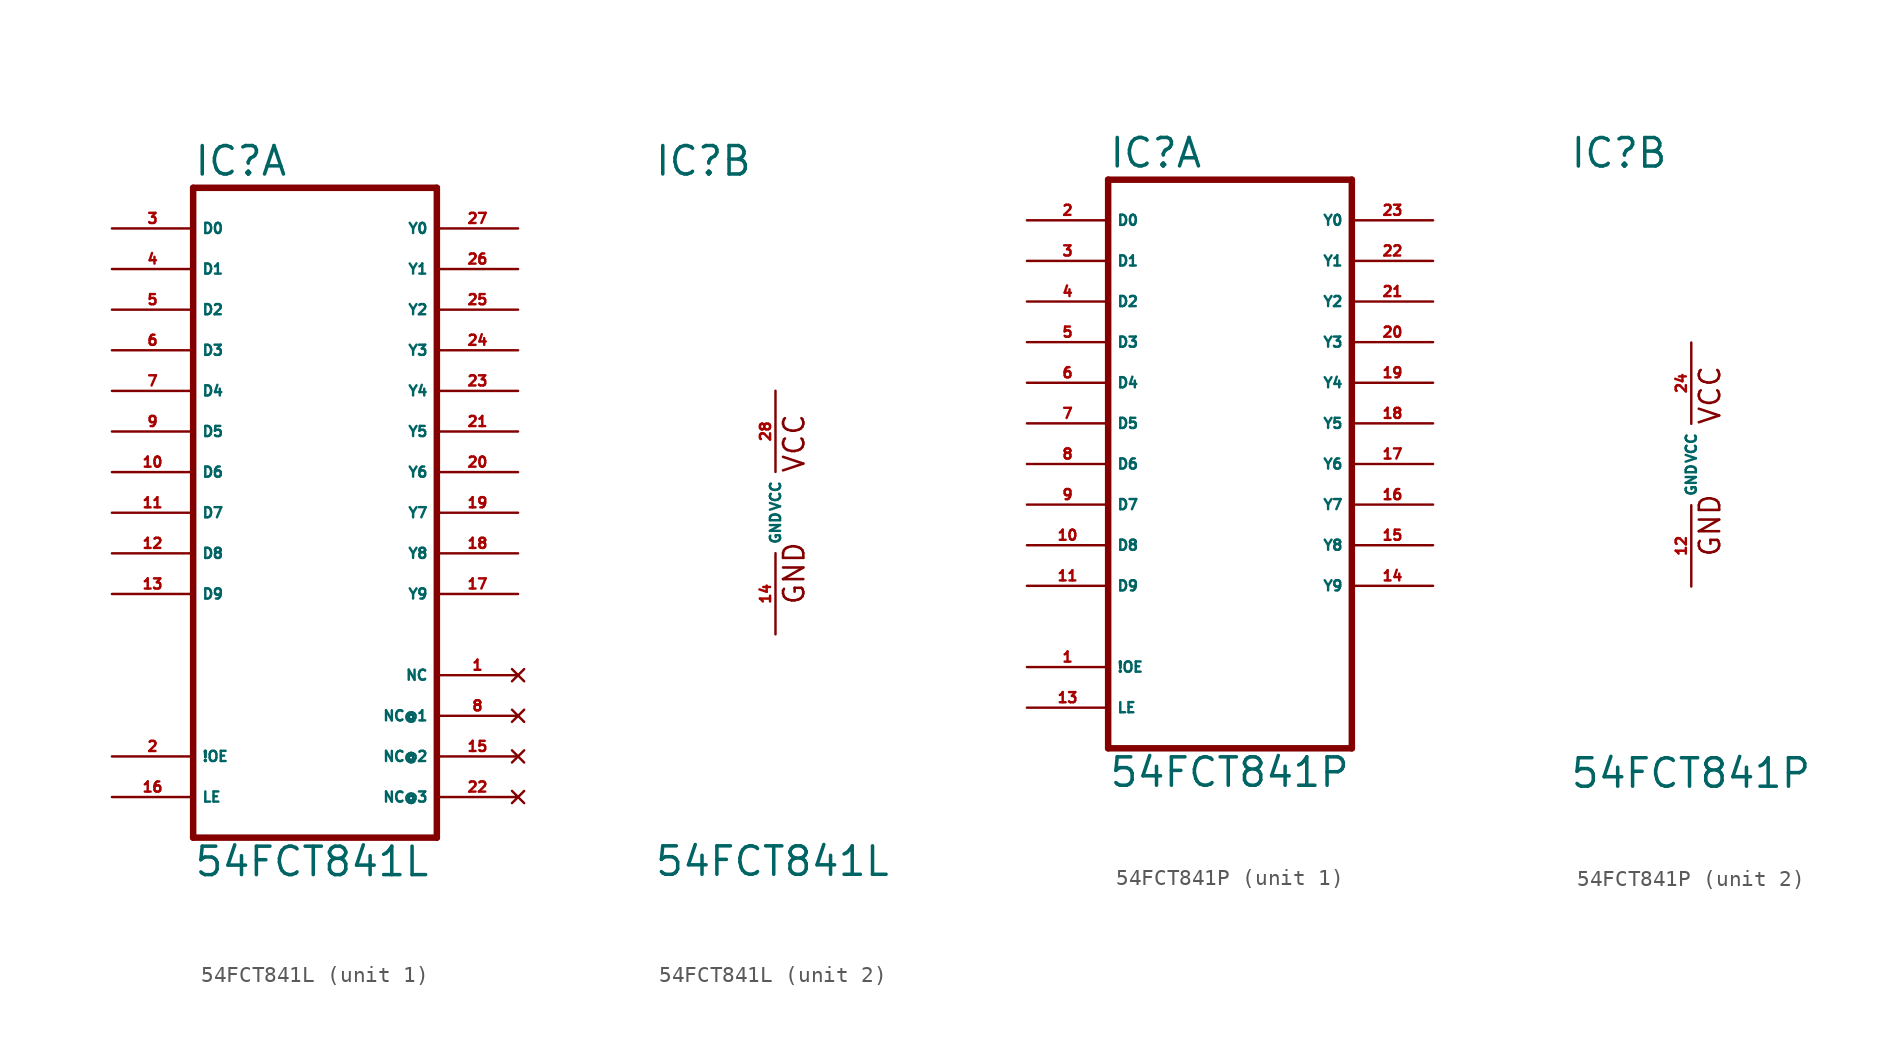
<source format=kicad_sym>
(kicad_symbol_lib
  (version 20220914)
  (generator Eagle2Kicad)
  (symbol "54FCT841L"
    (property "Reference" "IC"
      (at -7.62 20.955 0)
      (effects (font (size 1.778 1.778) (thickness 0.22)) (justify left bottom)))
    (property "Value" "54FCT841L"
      (at -7.62 -22.86 0)
      (effects (font (size 1.778 1.778) (thickness 0.22)) (justify left bottom)))
    (symbol "54FCT841L_1_0"
      (polyline (pts (xy -7.62 -20.32) (xy 7.62 -20.32)) (stroke (width 0.406) (type default)) (fill (type none)))
      (polyline (pts (xy 7.62 -20.32) (xy 7.62 20.32)) (stroke (width 0.406) (type default)) (fill (type none)))
      (polyline (pts (xy 7.62 20.32) (xy -7.62 20.32)) (stroke (width 0.406) (type default)) (fill (type none)))
      (polyline (pts (xy -7.62 20.32) (xy -7.62 -20.32)) (stroke (width 0.406) (type default)) (fill (type none)))
      (pin input line (at -12.7 17.78 0) (length 5.08) (name "D0" (effects (font (size 0.635 0.635) (thickness 0.08)) (justify left bottom))) (number "3" (effects (font (size 0.635 0.635) (thickness 0.08)) (justify left bottom))))
      (pin input line (at -12.7 15.24 0) (length 5.08) (name "D1" (effects (font (size 0.635 0.635) (thickness 0.08)) (justify left bottom))) (number "4" (effects (font (size 0.635 0.635) (thickness 0.08)) (justify left bottom))))
      (pin input line (at -12.7 12.7 0) (length 5.08) (name "D2" (effects (font (size 0.635 0.635) (thickness 0.08)) (justify left bottom))) (number "5" (effects (font (size 0.635 0.635) (thickness 0.08)) (justify left bottom))))
      (pin input line (at -12.7 10.16 0) (length 5.08) (name "D3" (effects (font (size 0.635 0.635) (thickness 0.08)) (justify left bottom))) (number "6" (effects (font (size 0.635 0.635) (thickness 0.08)) (justify left bottom))))
      (pin input line (at -12.7 7.62 0) (length 5.08) (name "D4" (effects (font (size 0.635 0.635) (thickness 0.08)) (justify left bottom))) (number "7" (effects (font (size 0.635 0.635) (thickness 0.08)) (justify left bottom))))
      (pin input line (at -12.7 5.08 0) (length 5.08) (name "D5" (effects (font (size 0.635 0.635) (thickness 0.08)) (justify left bottom))) (number "9" (effects (font (size 0.635 0.635) (thickness 0.08)) (justify left bottom))))
      (pin input line (at -12.7 2.54 0) (length 5.08) (name "D6" (effects (font (size 0.635 0.635) (thickness 0.08)) (justify left bottom))) (number "10" (effects (font (size 0.635 0.635) (thickness 0.08)) (justify left bottom))))
      (pin input line (at -12.7 0 0) (length 5.08) (name "D7" (effects (font (size 0.635 0.635) (thickness 0.08)) (justify left bottom))) (number "11" (effects (font (size 0.635 0.635) (thickness 0.08)) (justify left bottom))))
      (pin input line (at -12.7 -2.54 0) (length 5.08) (name "D8" (effects (font (size 0.635 0.635) (thickness 0.08)) (justify left bottom))) (number "12" (effects (font (size 0.635 0.635) (thickness 0.08)) (justify left bottom))))
      (pin input line (at -12.7 -5.08 0) (length 5.08) (name "D9" (effects (font (size 0.635 0.635) (thickness 0.08)) (justify left bottom))) (number "13" (effects (font (size 0.635 0.635) (thickness 0.08)) (justify left bottom))))
      (pin input line (at -12.7 -15.24 0) (length 5.08) (name "!OE" (effects (font (size 0.635 0.635) (thickness 0.08)) (justify left bottom))) (number "2" (effects (font (size 0.635 0.635) (thickness 0.08)) (justify left bottom))))
      (pin input line (at -12.7 -17.78 0) (length 5.08) (name "LE" (effects (font (size 0.635 0.635) (thickness 0.08)) (justify left bottom))) (number "16" (effects (font (size 0.635 0.635) (thickness 0.08)) (justify left bottom))))
      (pin output line (at 12.7 17.78 180) (length 5.08) (name "Y0" (effects (font (size 0.635 0.635) (thickness 0.08)) (justify left bottom))) (number "27" (effects (font (size 0.635 0.635) (thickness 0.08)) (justify left bottom))))
      (pin output line (at 12.7 15.24 180) (length 5.08) (name "Y1" (effects (font (size 0.635 0.635) (thickness 0.08)) (justify left bottom))) (number "26" (effects (font (size 0.635 0.635) (thickness 0.08)) (justify left bottom))))
      (pin output line (at 12.7 12.7 180) (length 5.08) (name "Y2" (effects (font (size 0.635 0.635) (thickness 0.08)) (justify left bottom))) (number "25" (effects (font (size 0.635 0.635) (thickness 0.08)) (justify left bottom))))
      (pin output line (at 12.7 10.16 180) (length 5.08) (name "Y3" (effects (font (size 0.635 0.635) (thickness 0.08)) (justify left bottom))) (number "24" (effects (font (size 0.635 0.635) (thickness 0.08)) (justify left bottom))))
      (pin output line (at 12.7 7.62 180) (length 5.08) (name "Y4" (effects (font (size 0.635 0.635) (thickness 0.08)) (justify left bottom))) (number "23" (effects (font (size 0.635 0.635) (thickness 0.08)) (justify left bottom))))
      (pin output line (at 12.7 5.08 180) (length 5.08) (name "Y5" (effects (font (size 0.635 0.635) (thickness 0.08)) (justify left bottom))) (number "21" (effects (font (size 0.635 0.635) (thickness 0.08)) (justify left bottom))))
      (pin output line (at 12.7 2.54 180) (length 5.08) (name "Y6" (effects (font (size 0.635 0.635) (thickness 0.08)) (justify left bottom))) (number "20" (effects (font (size 0.635 0.635) (thickness 0.08)) (justify left bottom))))
      (pin output line (at 12.7 0 180) (length 5.08) (name "Y7" (effects (font (size 0.635 0.635) (thickness 0.08)) (justify left bottom))) (number "19" (effects (font (size 0.635 0.635) (thickness 0.08)) (justify left bottom))))
      (pin output line (at 12.7 -2.54 180) (length 5.08) (name "Y8" (effects (font (size 0.635 0.635) (thickness 0.08)) (justify left bottom))) (number "18" (effects (font (size 0.635 0.635) (thickness 0.08)) (justify left bottom))))
      (pin output line (at 12.7 -5.08 180) (length 5.08) (name "Y9" (effects (font (size 0.635 0.635) (thickness 0.08)) (justify left bottom))) (number "17" (effects (font (size 0.635 0.635) (thickness 0.08)) (justify left bottom))))
      (pin no_connect line (at 12.7 -10.16 180) (length 5.08) (name "NC" (effects (font (size 0.635 0.635) (thickness 0.08)) (justify left bottom) hide)) (number "1" (effects (font (size 0.635 0.635) (thickness 0.08)) (justify left bottom) hide)))
      (pin no_connect line (at 12.7 -12.7 180) (length 5.08) (name "NC@1" (effects (font (size 0.635 0.635) (thickness 0.08)) (justify left bottom) hide)) (number "8" (effects (font (size 0.635 0.635) (thickness 0.08)) (justify left bottom) hide)))
      (pin no_connect line (at 12.7 -15.24 180) (length 5.08) (name "NC@2" (effects (font (size 0.635 0.635) (thickness 0.08)) (justify left bottom) hide)) (number "15" (effects (font (size 0.635 0.635) (thickness 0.08)) (justify left bottom) hide)))
      (pin no_connect line (at 12.7 -17.78 180) (length 5.08) (name "NC@3" (effects (font (size 0.635 0.635) (thickness 0.08)) (justify left bottom) hide)) (number "22" (effects (font (size 0.635 0.635) (thickness 0.08)) (justify left bottom) hide))))
    (symbol "54FCT841L_2_0"
      (text "GND" (at 1.905 -5.842 900) (effects (font (size 1.27 1.27) (thickness 0.16)) (justify left bottom)))
      (text "VCC" (at 1.905 2.413 900) (effects (font (size 1.27 1.27) (thickness 0.16)) (justify left bottom)))
      (pin unspecified line (at 0 7.62 270) (length 5.08) (name "VCC" (effects (font (size 0.635 0.635) (thickness 0.08)) (justify left bottom))) (number "28" (effects (font (size 0.635 0.635) (thickness 0.08)) (justify left bottom))))
      (pin unspecified line (at 0 -7.62 90) (length 5.08) (name "GND" (effects (font (size 0.635 0.635) (thickness 0.08)) (justify left bottom))) (number "14" (effects (font (size 0.635 0.635) (thickness 0.08)) (justify left bottom))))))
  (symbol "54FCT841P"
    (property "Reference" "IC"
      (at -7.62 18.415 0)
      (effects (font (size 1.778 1.778) (thickness 0.22)) (justify left bottom)))
    (property "Value" "54FCT841P"
      (at -7.62 -20.32 0)
      (effects (font (size 1.778 1.778) (thickness 0.22)) (justify left bottom)))
    (symbol "54FCT841P_1_0"
      (polyline (pts (xy -7.62 -17.78) (xy 7.62 -17.78)) (stroke (width 0.406) (type default)) (fill (type none)))
      (polyline (pts (xy 7.62 -17.78) (xy 7.62 17.78)) (stroke (width 0.406) (type default)) (fill (type none)))
      (polyline (pts (xy 7.62 17.78) (xy -7.62 17.78)) (stroke (width 0.406) (type default)) (fill (type none)))
      (polyline (pts (xy -7.62 17.78) (xy -7.62 -17.78)) (stroke (width 0.406) (type default)) (fill (type none)))
      (pin input line (at -12.7 15.24 0) (length 5.08) (name "D0" (effects (font (size 0.635 0.635) (thickness 0.08)) (justify left bottom))) (number "2" (effects (font (size 0.635 0.635) (thickness 0.08)) (justify left bottom))))
      (pin input line (at -12.7 12.7 0) (length 5.08) (name "D1" (effects (font (size 0.635 0.635) (thickness 0.08)) (justify left bottom))) (number "3" (effects (font (size 0.635 0.635) (thickness 0.08)) (justify left bottom))))
      (pin input line (at -12.7 10.16 0) (length 5.08) (name "D2" (effects (font (size 0.635 0.635) (thickness 0.08)) (justify left bottom))) (number "4" (effects (font (size 0.635 0.635) (thickness 0.08)) (justify left bottom))))
      (pin input line (at -12.7 7.62 0) (length 5.08) (name "D3" (effects (font (size 0.635 0.635) (thickness 0.08)) (justify left bottom))) (number "5" (effects (font (size 0.635 0.635) (thickness 0.08)) (justify left bottom))))
      (pin input line (at -12.7 5.08 0) (length 5.08) (name "D4" (effects (font (size 0.635 0.635) (thickness 0.08)) (justify left bottom))) (number "6" (effects (font (size 0.635 0.635) (thickness 0.08)) (justify left bottom))))
      (pin input line (at -12.7 2.54 0) (length 5.08) (name "D5" (effects (font (size 0.635 0.635) (thickness 0.08)) (justify left bottom))) (number "7" (effects (font (size 0.635 0.635) (thickness 0.08)) (justify left bottom))))
      (pin input line (at -12.7 0 0) (length 5.08) (name "D6" (effects (font (size 0.635 0.635) (thickness 0.08)) (justify left bottom))) (number "8" (effects (font (size 0.635 0.635) (thickness 0.08)) (justify left bottom))))
      (pin input line (at -12.7 -2.54 0) (length 5.08) (name "D7" (effects (font (size 0.635 0.635) (thickness 0.08)) (justify left bottom))) (number "9" (effects (font (size 0.635 0.635) (thickness 0.08)) (justify left bottom))))
      (pin input line (at -12.7 -5.08 0) (length 5.08) (name "D8" (effects (font (size 0.635 0.635) (thickness 0.08)) (justify left bottom))) (number "10" (effects (font (size 0.635 0.635) (thickness 0.08)) (justify left bottom))))
      (pin input line (at -12.7 -7.62 0) (length 5.08) (name "D9" (effects (font (size 0.635 0.635) (thickness 0.08)) (justify left bottom))) (number "11" (effects (font (size 0.635 0.635) (thickness 0.08)) (justify left bottom))))
      (pin input line (at -12.7 -12.7 0) (length 5.08) (name "!OE" (effects (font (size 0.635 0.635) (thickness 0.08)) (justify left bottom))) (number "1" (effects (font (size 0.635 0.635) (thickness 0.08)) (justify left bottom))))
      (pin input line (at -12.7 -15.24 0) (length 5.08) (name "LE" (effects (font (size 0.635 0.635) (thickness 0.08)) (justify left bottom))) (number "13" (effects (font (size 0.635 0.635) (thickness 0.08)) (justify left bottom))))
      (pin output line (at 12.7 15.24 180) (length 5.08) (name "Y0" (effects (font (size 0.635 0.635) (thickness 0.08)) (justify left bottom))) (number "23" (effects (font (size 0.635 0.635) (thickness 0.08)) (justify left bottom))))
      (pin output line (at 12.7 12.7 180) (length 5.08) (name "Y1" (effects (font (size 0.635 0.635) (thickness 0.08)) (justify left bottom))) (number "22" (effects (font (size 0.635 0.635) (thickness 0.08)) (justify left bottom))))
      (pin output line (at 12.7 10.16 180) (length 5.08) (name "Y2" (effects (font (size 0.635 0.635) (thickness 0.08)) (justify left bottom))) (number "21" (effects (font (size 0.635 0.635) (thickness 0.08)) (justify left bottom))))
      (pin output line (at 12.7 7.62 180) (length 5.08) (name "Y3" (effects (font (size 0.635 0.635) (thickness 0.08)) (justify left bottom))) (number "20" (effects (font (size 0.635 0.635) (thickness 0.08)) (justify left bottom))))
      (pin output line (at 12.7 5.08 180) (length 5.08) (name "Y4" (effects (font (size 0.635 0.635) (thickness 0.08)) (justify left bottom))) (number "19" (effects (font (size 0.635 0.635) (thickness 0.08)) (justify left bottom))))
      (pin output line (at 12.7 2.54 180) (length 5.08) (name "Y5" (effects (font (size 0.635 0.635) (thickness 0.08)) (justify left bottom))) (number "18" (effects (font (size 0.635 0.635) (thickness 0.08)) (justify left bottom))))
      (pin output line (at 12.7 0 180) (length 5.08) (name "Y6" (effects (font (size 0.635 0.635) (thickness 0.08)) (justify left bottom))) (number "17" (effects (font (size 0.635 0.635) (thickness 0.08)) (justify left bottom))))
      (pin output line (at 12.7 -2.54 180) (length 5.08) (name "Y7" (effects (font (size 0.635 0.635) (thickness 0.08)) (justify left bottom))) (number "16" (effects (font (size 0.635 0.635) (thickness 0.08)) (justify left bottom))))
      (pin output line (at 12.7 -5.08 180) (length 5.08) (name "Y8" (effects (font (size 0.635 0.635) (thickness 0.08)) (justify left bottom))) (number "15" (effects (font (size 0.635 0.635) (thickness 0.08)) (justify left bottom))))
      (pin output line (at 12.7 -7.62 180) (length 5.08) (name "Y9" (effects (font (size 0.635 0.635) (thickness 0.08)) (justify left bottom))) (number "14" (effects (font (size 0.635 0.635) (thickness 0.08)) (justify left bottom)))))
    (symbol "54FCT841P_2_0"
      (text "GND" (at 1.905 -5.842 900) (effects (font (size 1.27 1.27) (thickness 0.16)) (justify left bottom)))
      (text "VCC" (at 1.905 2.413 900) (effects (font (size 1.27 1.27) (thickness 0.16)) (justify left bottom)))
      (pin unspecified line (at 0 7.62 270) (length 5.08) (name "VCC" (effects (font (size 0.635 0.635) (thickness 0.08)) (justify left bottom))) (number "24" (effects (font (size 0.635 0.635) (thickness 0.08)) (justify left bottom))))
      (pin unspecified line (at 0 -7.62 90) (length 5.08) (name "GND" (effects (font (size 0.635 0.635) (thickness 0.08)) (justify left bottom))) (number "12" (effects (font (size 0.635 0.635) (thickness 0.08)) (justify left bottom)))))))
</source>
